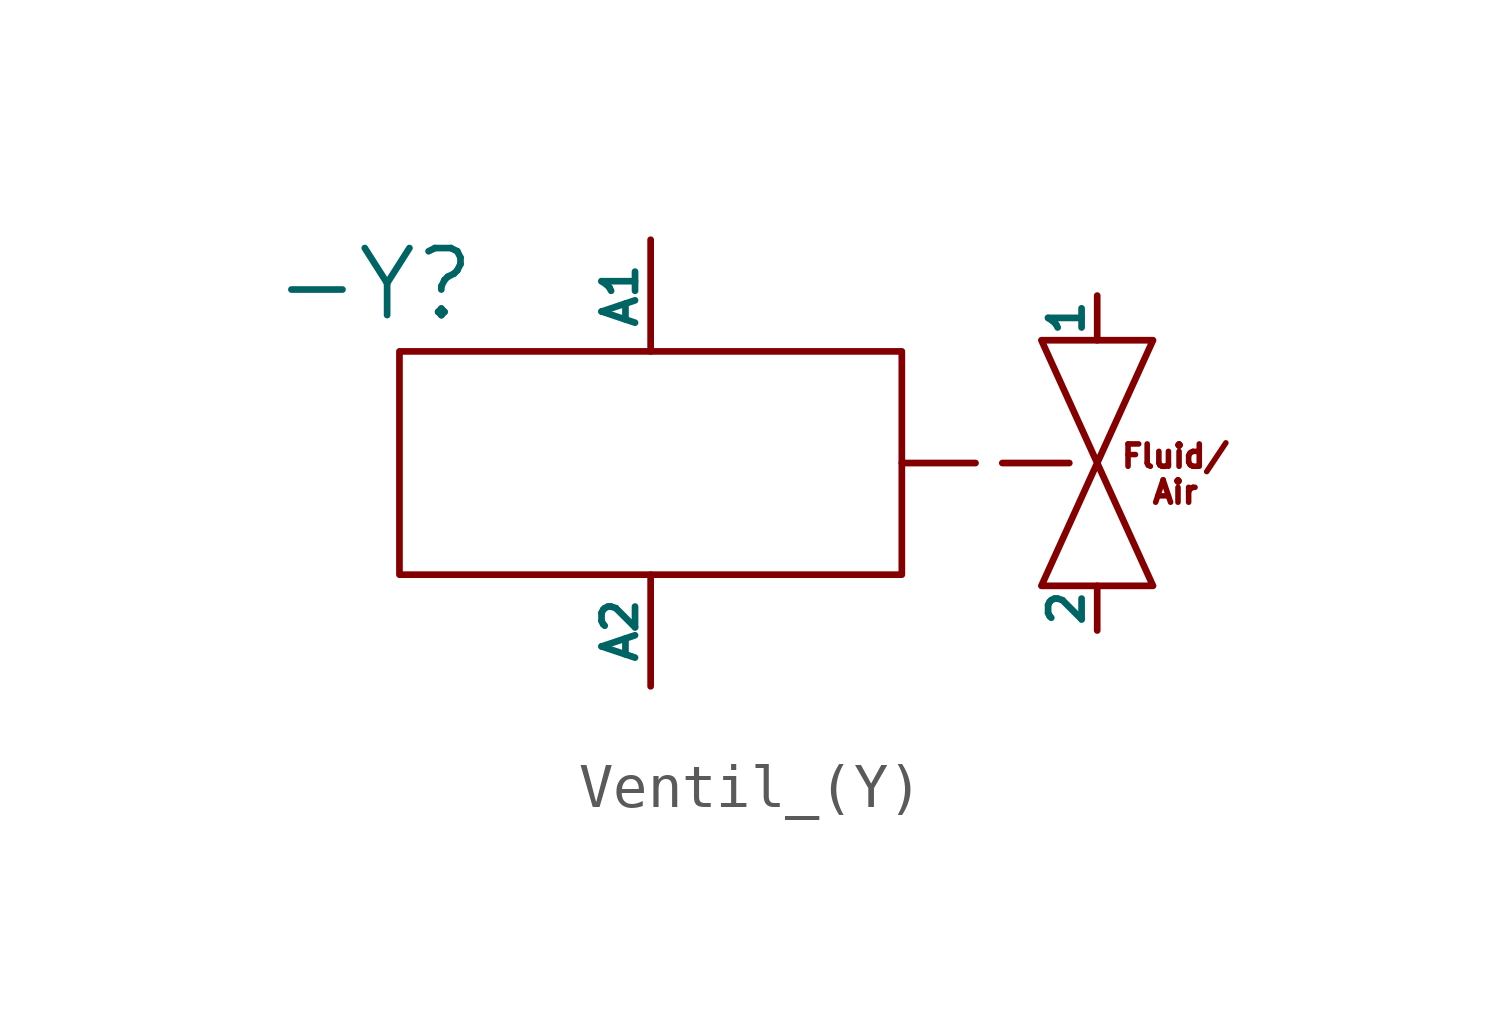
<source format=kicad_sym>
(kicad_symbol_lib
  (version 20241209)
  (generator "kicad_symbol_editor")
  (generator_version "9.0")
  (symbol "Ventil_(Y)"
    (pin_numbers
      (hide yes))
    (pin_names
      (offset 0))
    (property "Reference" "-Y"
      (at -8.636 4.064 0)
      (do_not_autoplace)
      (effects (font (size 1.524 1.524)) (justify left)))
    (property "Value" ""
      (at 0 0 0)
      (effects (font (size 1.27 1.27))))
    (symbol "Ventil_(Y)_0_1"
      (rectangle (start -5.715 2.54) (end 5.715 -2.54) (stroke (width 0) (type default)) (fill (type none))))
    (symbol "Ventil_(Y)_1_1"
      (polyline (pts (xy 5.715 0) (xy 9.525 0)) (stroke (width 0) (type dash)) (fill (type none)))
      (polyline (pts (xy 10.16 0) (xy 8.89 -2.794) (xy 11.43 -2.794) (xy 10.16 0) (xy 8.89 2.794) (xy 11.43 2.794) (xy 10.16 0)) (stroke (width 0) (type solid)) (fill (type none)))
      (text "Fluid/\nAir" (at 11.938 -0.254 0) (effects (font (size 0.508 0.508))))
      (pin passive line (at 0 5.08 270) (length 2.54) (name "A1" (effects (font (size 0.762 0.762)))) (number "A1" (effects (font (size 0.508 0.508)))))
      (pin passive line (at 0 -5.08 90) (length 2.54) (name "A2" (effects (font (size 0.762 0.762)))) (number "A2" (effects (font (size 0.508 0.508)))))
      (pin passive line (at 10.16 3.81 270) (length 1.016) (name "1" (effects (font (size 0.762 0.762)))) (number "1" (effects (font (size 0.508 0.508)))))
      (pin passive line (at 10.16 -3.81 90) (length 1.016) (name "2" (effects (font (size 0.762 0.762)))) (number "2" (effects (font (size 0.508 0.508))))))))
</source>
